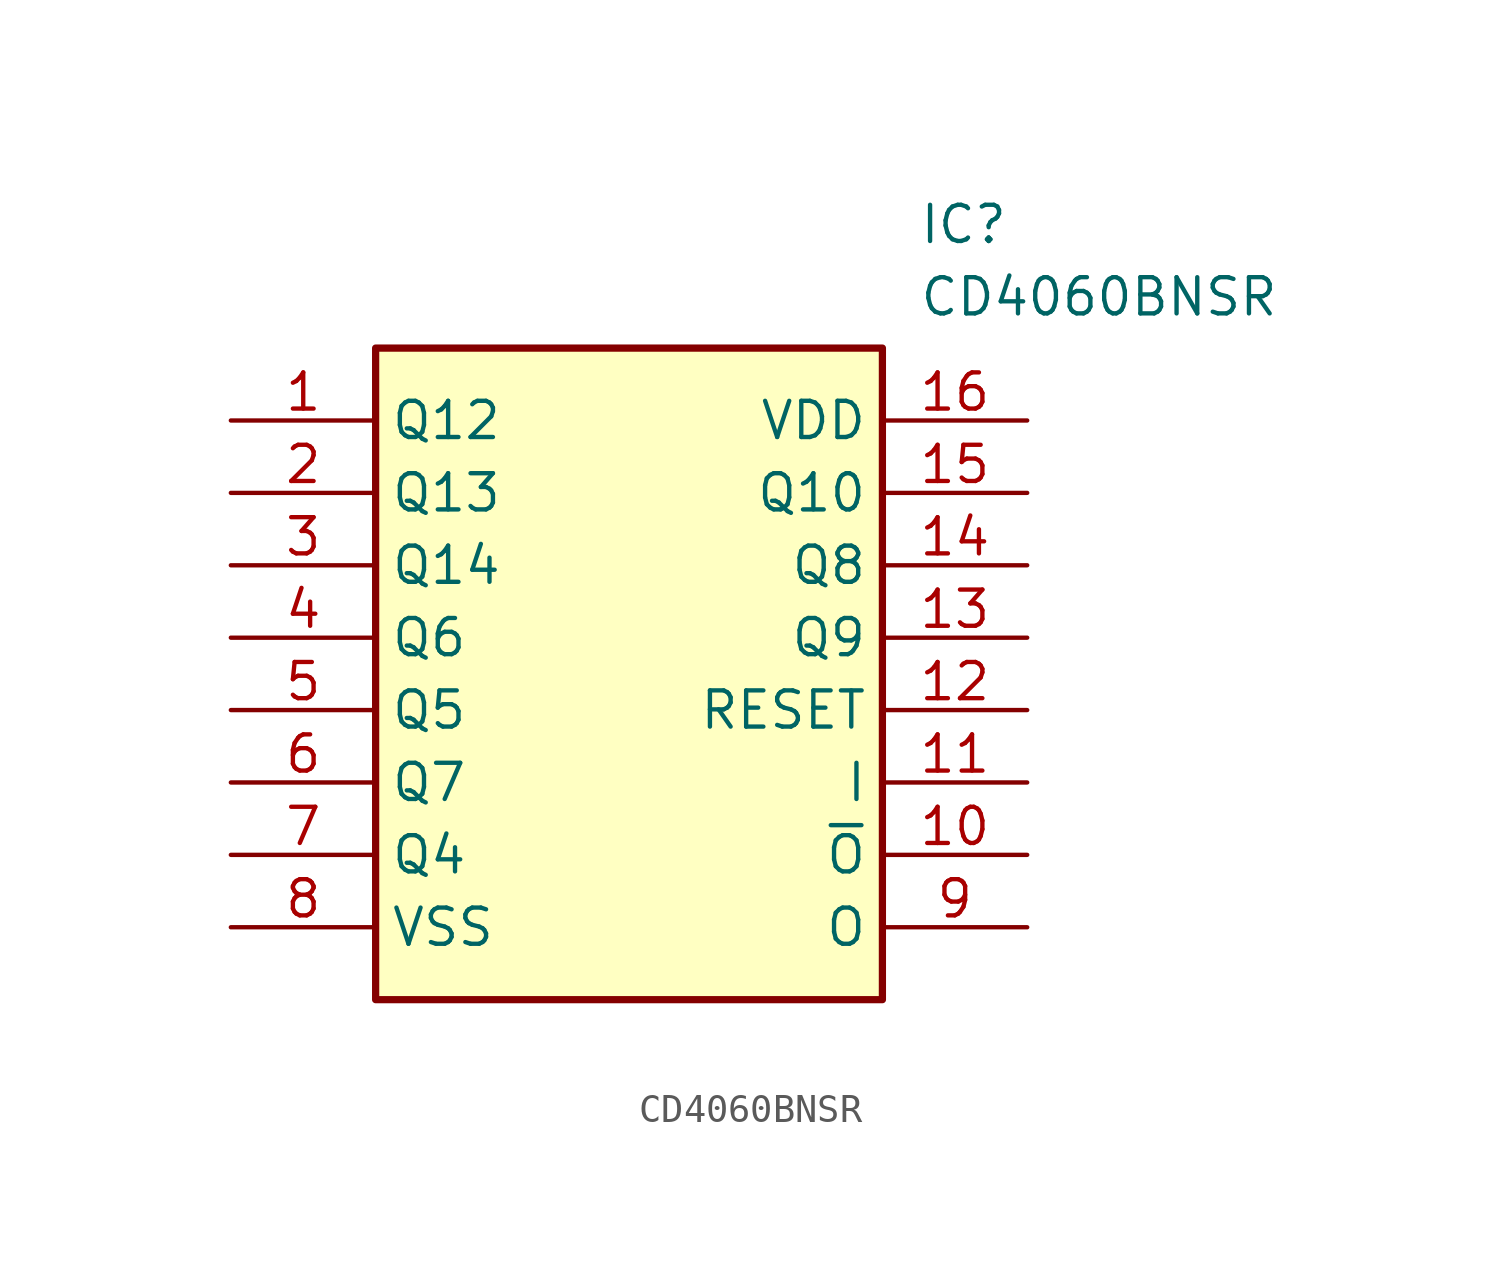
<source format=kicad_sym>
(kicad_symbol_lib
  (version 20211014)
  (generator SamacSys_ECAD_Model)
  (symbol "CD4060BNSR"
    (property "Reference" "IC"
      (at 24.13 7.62 0)
      (effects (font (size 1.27 1.27)) (justify left top)))
    (property "Value" "CD4060BNSR"
      (at 24.13 5.08 0)
      (effects (font (size 1.27 1.27)) (justify left top)))
    (rectangle
      (start 5.08 2.54)
      (end 22.86 -20.32)
      (stroke (width 0.254) (type default))
      (fill (type background)))
    (pin output line
      (at 0 0 0)
      (length 5.08)
      (name "Q12" (effects (font (size 1.27 1.27))))
      (number "1" (effects (font (size 1.27 1.27)))))
    (pin output line
      (at 0 -2.54 0)
      (length 5.08)
      (name "Q13" (effects (font (size 1.27 1.27))))
      (number "2" (effects (font (size 1.27 1.27)))))
    (pin output line
      (at 0 -5.08 0)
      (length 5.08)
      (name "Q14" (effects (font (size 1.27 1.27))))
      (number "3" (effects (font (size 1.27 1.27)))))
    (pin output line
      (at 0 -7.62 0)
      (length 5.08)
      (name "Q6" (effects (font (size 1.27 1.27))))
      (number "4" (effects (font (size 1.27 1.27)))))
    (pin output line
      (at 0 -10.16 0)
      (length 5.08)
      (name "Q5" (effects (font (size 1.27 1.27))))
      (number "5" (effects (font (size 1.27 1.27)))))
    (pin output line
      (at 0 -12.7 0)
      (length 5.08)
      (name "Q7" (effects (font (size 1.27 1.27))))
      (number "6" (effects (font (size 1.27 1.27)))))
    (pin output line
      (at 0 -15.24 0)
      (length 5.08)
      (name "Q4" (effects (font (size 1.27 1.27))))
      (number "7" (effects (font (size 1.27 1.27)))))
    (pin power_in line
      (at 0 -17.78 0)
      (length 5.08)
      (name "VSS" (effects (font (size 1.27 1.27))))
      (number "8" (effects (font (size 1.27 1.27)))))
    (pin power_in line
      (at 27.94 0 180)
      (length 5.08)
      (name "VDD" (effects (font (size 1.27 1.27))))
      (number "16" (effects (font (size 1.27 1.27)))))
    (pin output line
      (at 27.94 -2.54 180)
      (length 5.08)
      (name "Q10" (effects (font (size 1.27 1.27))))
      (number "15" (effects (font (size 1.27 1.27)))))
    (pin output line
      (at 27.94 -5.08 180)
      (length 5.08)
      (name "Q8" (effects (font (size 1.27 1.27))))
      (number "14" (effects (font (size 1.27 1.27)))))
    (pin output line
      (at 27.94 -7.62 180)
      (length 5.08)
      (name "Q9" (effects (font (size 1.27 1.27))))
      (number "13" (effects (font (size 1.27 1.27)))))
    (pin input line
      (at 27.94 -10.16 180)
      (length 5.08)
      (name "RESET" (effects (font (size 1.27 1.27))))
      (number "12" (effects (font (size 1.27 1.27)))))
    (pin passive line
      (at 27.94 -12.7 180)
      (length 5.08)
      (name "I" (effects (font (size 1.27 1.27))))
      (number "11" (effects (font (size 1.27 1.27)))))
    (pin passive line
      (at 27.94 -15.24 180)
      (length 5.08)
      (name "~{O}" (effects (font (size 1.27 1.27))))
      (number "10" (effects (font (size 1.27 1.27)))))
    (pin passive line
      (at 27.94 -17.78 180)
      (length 5.08)
      (name "O" (effects (font (size 1.27 1.27))))
      (number "9" (effects (font (size 1.27 1.27)))))))
</source>
